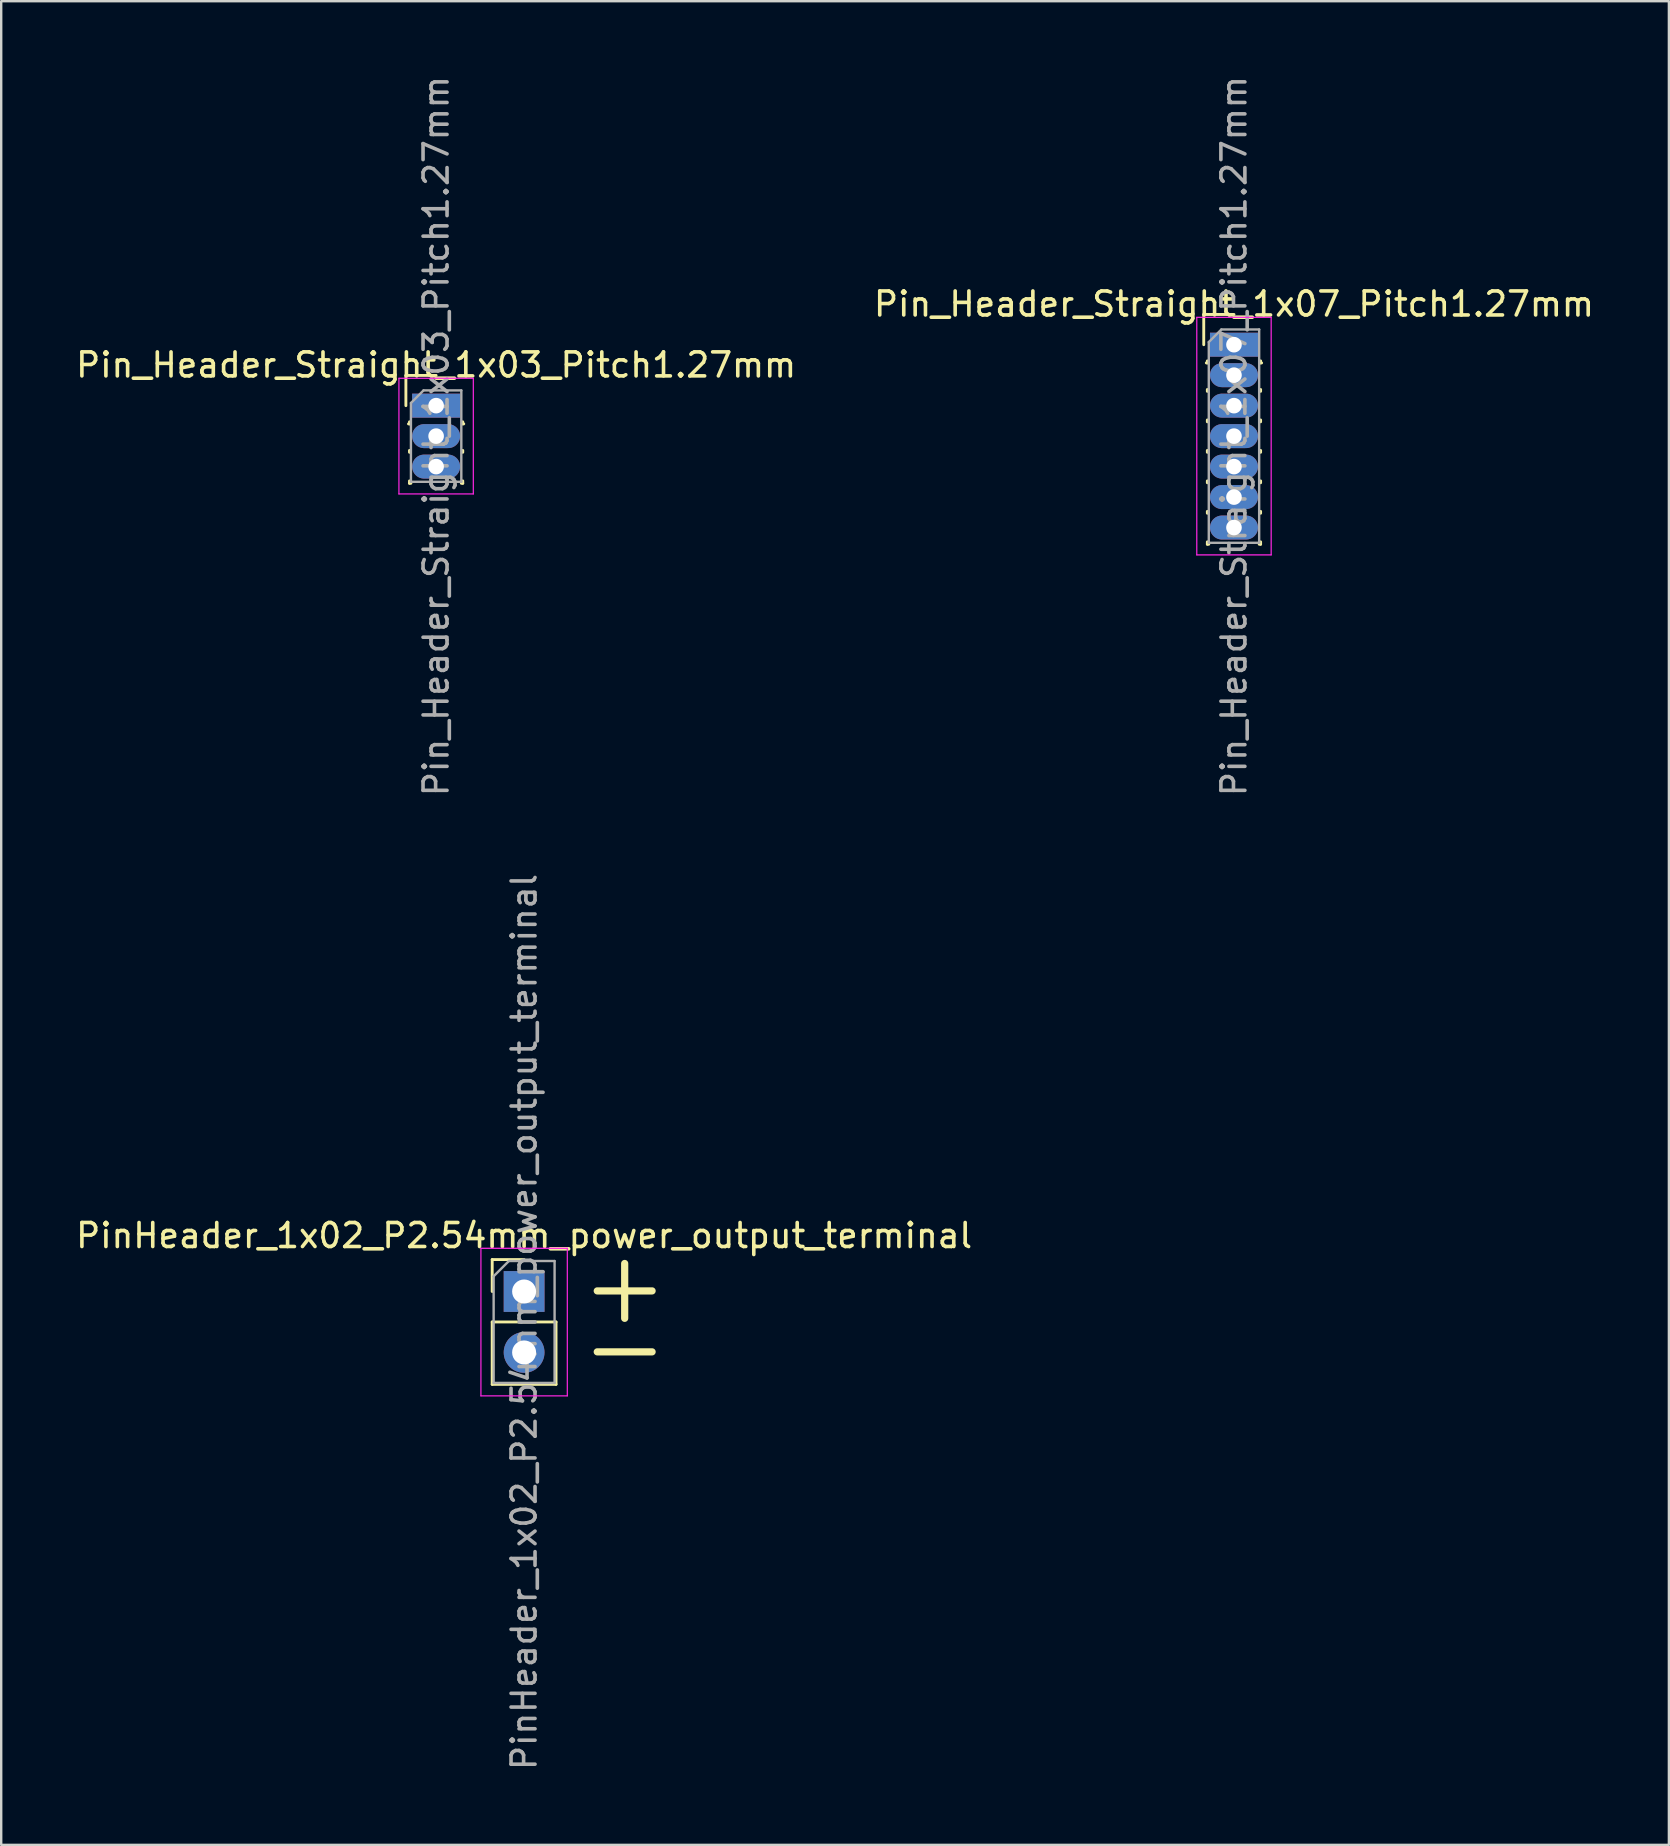
<source format=kicad_pcb>
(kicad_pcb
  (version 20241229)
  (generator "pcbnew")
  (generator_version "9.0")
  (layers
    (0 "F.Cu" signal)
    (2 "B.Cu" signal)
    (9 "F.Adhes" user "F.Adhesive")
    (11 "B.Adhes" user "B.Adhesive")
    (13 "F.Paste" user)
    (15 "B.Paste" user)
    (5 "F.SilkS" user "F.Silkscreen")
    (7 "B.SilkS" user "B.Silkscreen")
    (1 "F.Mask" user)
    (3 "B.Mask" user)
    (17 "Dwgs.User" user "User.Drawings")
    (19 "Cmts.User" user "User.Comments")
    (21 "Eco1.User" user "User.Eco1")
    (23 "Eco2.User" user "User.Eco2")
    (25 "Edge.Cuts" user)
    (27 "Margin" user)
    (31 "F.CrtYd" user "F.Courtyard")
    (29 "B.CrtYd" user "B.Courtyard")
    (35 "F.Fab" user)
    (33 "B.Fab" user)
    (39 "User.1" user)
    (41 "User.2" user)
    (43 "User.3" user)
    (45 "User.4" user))
  (footprint "Pin_Header_Straight_1x07_Pitch1.27mm"
    (layer "F.Cu")
    (at 48.375 11.315)
    (property "Reference" "Pin_Header_Straight_1x07_Pitch1.27mm" (at 0 -1.695 0) (layer "F.SilkS") (effects (font (size 1 1) (thickness 0.15))))
    (attr through_hole)
    (fp_line (start -1.26 -1.26) (end 0 -1.26) (stroke (width 0.12) (type solid)) (layer "F.SilkS"))
    (fp_line (start -1.26 0) (end -1.26 -1.26) (stroke (width 0.12) (type solid)) (layer "F.SilkS"))
    (fp_line (start -1.11 0.76) (end -1.152 0.76) (stroke (width 0.12) (type solid)) (layer "F.SilkS"))
    (fp_line (start -1.11 0.76) (end -1.11 0.674) (stroke (width 0.12) (type solid)) (layer "F.SilkS"))
    (fp_line (start -1.11 1.866) (end -1.11 1.944) (stroke (width 0.12) (type solid)) (layer "F.SilkS"))
    (fp_line (start -1.11 3.136) (end -1.11 3.214) (stroke (width 0.12) (type solid)) (layer "F.SilkS"))
    (fp_line (start -1.11 4.406) (end -1.11 4.484) (stroke (width 0.12) (type solid)) (layer "F.SilkS"))
    (fp_line (start -1.11 5.676) (end -1.11 5.754) (stroke (width 0.12) (type solid)) (layer "F.SilkS"))
    (fp_line (start -1.11 6.946) (end -1.11 7.024) (stroke (width 0.12) (type solid)) (layer "F.SilkS"))
    (fp_line (start -1.11 8.216) (end -1.11 8.315) (stroke (width 0.12) (type solid)) (layer "F.SilkS"))
    (fp_line (start -1.11 8.315) (end -1.051 8.315) (stroke (width 0.12) (type solid)) (layer "F.SilkS"))
    (fp_line (start 1.051 8.315) (end 1.11 8.315) (stroke (width 0.12) (type solid)) (layer "F.SilkS"))
    (fp_line (start 1.11 0.76) (end 1.11 0.674) (stroke (width 0.12) (type solid)) (layer "F.SilkS"))
    (fp_line (start 1.11 1.866) (end 1.11 1.944) (stroke (width 0.12) (type solid)) (layer "F.SilkS"))
    (fp_line (start 1.11 3.136) (end 1.11 3.214) (stroke (width 0.12) (type solid)) (layer "F.SilkS"))
    (fp_line (start 1.11 4.406) (end 1.11 4.484) (stroke (width 0.12) (type solid)) (layer "F.SilkS"))
    (fp_line (start 1.11 5.676) (end 1.11 5.754) (stroke (width 0.12) (type solid)) (layer "F.SilkS"))
    (fp_line (start 1.11 6.946) (end 1.11 7.024) (stroke (width 0.12) (type solid)) (layer "F.SilkS"))
    (fp_line (start 1.11 8.216) (end 1.11 8.315) (stroke (width 0.12) (type solid)) (layer "F.SilkS"))
    (fp_line (start 1.152 0.76) (end 1.11 0.76) (stroke (width 0.12) (type solid)) (layer "F.SilkS"))
    (fp_line (start -1.55 -1.14) (end -1.55 8.76) (stroke (width 0.05) (type solid)) (layer "F.CrtYd"))
    (fp_line (start -1.55 8.76) (end 1.55 8.76) (stroke (width 0.05) (type solid)) (layer "F.CrtYd"))
    (fp_line (start 1.55 -1.14) (end -1.55 -1.14) (stroke (width 0.05) (type solid)) (layer "F.CrtYd"))
    (fp_line (start 1.55 8.76) (end 1.55 -1.14) (stroke (width 0.05) (type solid)) (layer "F.CrtYd"))
    (fp_line (start -1.05 -0.11) (end -0.525 -0.635) (stroke (width 0.1) (type solid)) (layer "F.Fab"))
    (fp_line (start -1.05 8.255) (end -1.05 -0.11) (stroke (width 0.1) (type solid)) (layer "F.Fab"))
    (fp_line (start -0.525 -0.635) (end 1.05 -0.635) (stroke (width 0.1) (type solid)) (layer "F.Fab"))
    (fp_line (start 1.05 -0.635) (end 1.05 8.255) (stroke (width 0.1) (type solid)) (layer "F.Fab"))
    (fp_line (start 1.05 8.255) (end -1.05 8.255) (stroke (width 0.1) (type solid)) (layer "F.Fab"))
    (fp_text user "${REFERENCE}" (at 0 3.81 90) (layer "F.Fab") (effects (font (size 1 1) (thickness 0.15))))
    (pad "1" thru_hole rect (at 0 0) (size 2 1) (drill 0.65) (layers "*.Cu" "*.Mask"))
    (pad "2" thru_hole oval (at 0 1.27) (size 2 1) (drill 0.65) (layers "*.Cu" "*.Mask"))
    (pad "3" thru_hole oval (at 0 2.54) (size 2 1) (drill 0.65) (layers "*.Cu" "*.Mask"))
    (pad "4" thru_hole oval (at 0 3.81) (size 2 1) (drill 0.65) (layers "*.Cu" "*.Mask"))
    (pad "5" thru_hole oval (at 0 5.08) (size 2 1) (drill 0.65) (layers "*.Cu" "*.Mask"))
    (pad "6" thru_hole oval (at 0 6.35) (size 2 1) (drill 0.65) (layers "*.Cu" "*.Mask"))
    (pad "7" thru_hole oval (at 0 7.62) (size 2 1) (drill 0.65) (layers "*.Cu" "*.Mask")))
  (footprint "PinHeader_1x02_P2.54mm_power_output_terminal"
    (layer "F.Cu")
    (at 18.792 50.772)
    (property "Reference" "PinHeader_1x02_P2.54mm_power_output_terminal" (at 0 -2.33 0) (layer "F.SilkS") (effects (font (size 1 1) (thickness 0.15))))
    (attr through_hole)
    (fp_line (start -1.33 -1.33) (end 0 -1.33) (stroke (width 0.12) (type solid)) (layer "F.SilkS"))
    (fp_line (start -1.33 0) (end -1.33 -1.33) (stroke (width 0.12) (type solid)) (layer "F.SilkS"))
    (fp_line (start -1.33 1.27) (end -1.33 3.87) (stroke (width 0.12) (type solid)) (layer "F.SilkS"))
    (fp_line (start -1.33 1.27) (end 1.33 1.27) (stroke (width 0.12) (type solid)) (layer "F.SilkS"))
    (fp_line (start -1.33 3.87) (end 1.33 3.87) (stroke (width 0.12) (type solid)) (layer "F.SilkS"))
    (fp_line (start 1.33 1.27) (end 1.33 3.87) (stroke (width 0.12) (type solid)) (layer "F.SilkS"))
    (fp_line (start -1.8 -1.8) (end -1.8 4.35) (stroke (width 0.05) (type solid)) (layer "F.CrtYd"))
    (fp_line (start -1.8 4.35) (end 1.8 4.35) (stroke (width 0.05) (type solid)) (layer "F.CrtYd"))
    (fp_line (start 1.8 -1.8) (end -1.8 -1.8) (stroke (width 0.05) (type solid)) (layer "F.CrtYd"))
    (fp_line (start 1.8 4.35) (end 1.8 -1.8) (stroke (width 0.05) (type solid)) (layer "F.CrtYd"))
    (fp_line (start -1.27 -0.635) (end -0.635 -1.27) (stroke (width 0.1) (type solid)) (layer "F.Fab"))
    (fp_line (start -1.27 3.81) (end -1.27 -0.635) (stroke (width 0.1) (type solid)) (layer "F.Fab"))
    (fp_line (start -0.635 -1.27) (end 1.27 -1.27) (stroke (width 0.1) (type solid)) (layer "F.Fab"))
    (fp_line (start 1.27 -1.27) (end 1.27 3.81) (stroke (width 0.1) (type solid)) (layer "F.Fab"))
    (fp_line (start 1.27 3.81) (end -1.27 3.81) (stroke (width 0.1) (type solid)) (layer "F.Fab"))
    (fp_text user "+" (at 4.191 -0.254 0) (layer "F.SilkS") (effects (font (size 3 3) (thickness 0.3))))
    (fp_text user "-" (at 4.191 2.286 0) (layer "F.SilkS") (effects (font (size 3 3) (thickness 0.3))))
    (fp_text user "${REFERENCE}" (at 0 1.27 90) (layer "F.Fab") (effects (font (size 1 1) (thickness 0.15))))
    (pad "1" thru_hole rect (at 0 0) (size 1.7 1.7) (drill 1) (layers "*.Cu" "*.Mask"))
    (pad "2" thru_hole oval (at 0 2.54) (size 1.7 1.7) (drill 1) (layers "*.Cu" "*.Mask")))
  (footprint "Pin_Header_Straight_1x03_Pitch1.27mm"
    (layer "F.Cu")
    (at 15.125 13.855)
    (property "Reference" "Pin_Header_Straight_1x03_Pitch1.27mm" (at 0 -1.695 0) (layer "F.SilkS") (effects (font (size 1 1) (thickness 0.15))))
    (attr through_hole)
    (fp_line (start -1.26 -1.26) (end 0 -1.26) (stroke (width 0.12) (type solid)) (layer "F.SilkS"))
    (fp_line (start -1.26 0) (end -1.26 -1.26) (stroke (width 0.12) (type solid)) (layer "F.SilkS"))
    (fp_line (start -1.11 0.76) (end -1.152 0.76) (stroke (width 0.12) (type solid)) (layer "F.SilkS"))
    (fp_line (start -1.11 0.76) (end -1.11 0.674) (stroke (width 0.12) (type solid)) (layer "F.SilkS"))
    (fp_line (start -1.11 1.866) (end -1.11 1.944) (stroke (width 0.12) (type solid)) (layer "F.SilkS"))
    (fp_line (start -1.11 3.136) (end -1.11 3.235) (stroke (width 0.12) (type solid)) (layer "F.SilkS"))
    (fp_line (start -1.11 3.235) (end -1.051 3.235) (stroke (width 0.12) (type solid)) (layer "F.SilkS"))
    (fp_line (start 1.051 3.235) (end 1.11 3.235) (stroke (width 0.12) (type solid)) (layer "F.SilkS"))
    (fp_line (start 1.11 0.76) (end 1.11 0.674) (stroke (width 0.12) (type solid)) (layer "F.SilkS"))
    (fp_line (start 1.11 1.866) (end 1.11 1.944) (stroke (width 0.12) (type solid)) (layer "F.SilkS"))
    (fp_line (start 1.11 3.136) (end 1.11 3.235) (stroke (width 0.12) (type solid)) (layer "F.SilkS"))
    (fp_line (start 1.152 0.76) (end 1.11 0.76) (stroke (width 0.12) (type solid)) (layer "F.SilkS"))
    (fp_line (start -1.55 -1.14) (end -1.55 3.68) (stroke (width 0.05) (type solid)) (layer "F.CrtYd"))
    (fp_line (start -1.55 3.68) (end 1.55 3.68) (stroke (width 0.05) (type solid)) (layer "F.CrtYd"))
    (fp_line (start 1.55 -1.14) (end -1.55 -1.14) (stroke (width 0.05) (type solid)) (layer "F.CrtYd"))
    (fp_line (start 1.55 3.68) (end 1.55 -1.14) (stroke (width 0.05) (type solid)) (layer "F.CrtYd"))
    (fp_line (start -1.05 -0.11) (end -0.525 -0.635) (stroke (width 0.1) (type solid)) (layer "F.Fab"))
    (fp_line (start -1.05 3.175) (end -1.05 -0.11) (stroke (width 0.1) (type solid)) (layer "F.Fab"))
    (fp_line (start -0.525 -0.635) (end 1.05 -0.635) (stroke (width 0.1) (type solid)) (layer "F.Fab"))
    (fp_line (start 1.05 -0.635) (end 1.05 3.175) (stroke (width 0.1) (type solid)) (layer "F.Fab"))
    (fp_line (start 1.05 3.175) (end -1.05 3.175) (stroke (width 0.1) (type solid)) (layer "F.Fab"))
    (fp_text user "${REFERENCE}" (at 0 1.27 90) (layer "F.Fab") (effects (font (size 1 1) (thickness 0.15))))
    (pad "1" thru_hole rect (at 0 0) (size 2 1) (drill 0.65) (layers "*.Cu" "*.Mask"))
    (pad "2" thru_hole oval (at 0 1.27) (size 2 1) (drill 0.65) (layers "*.Cu" "*.Mask"))
    (pad "3" thru_hole oval (at 0 2.54) (size 2 1) (drill 0.65) (layers "*.Cu" "*.Mask")))
  (gr_rect
    (start -3 -3)
    (end 66.5 73.833)
    (stroke (width 0.1) (type default))
    (fill no)
    (layer "Edge.Cuts")))
</source>
